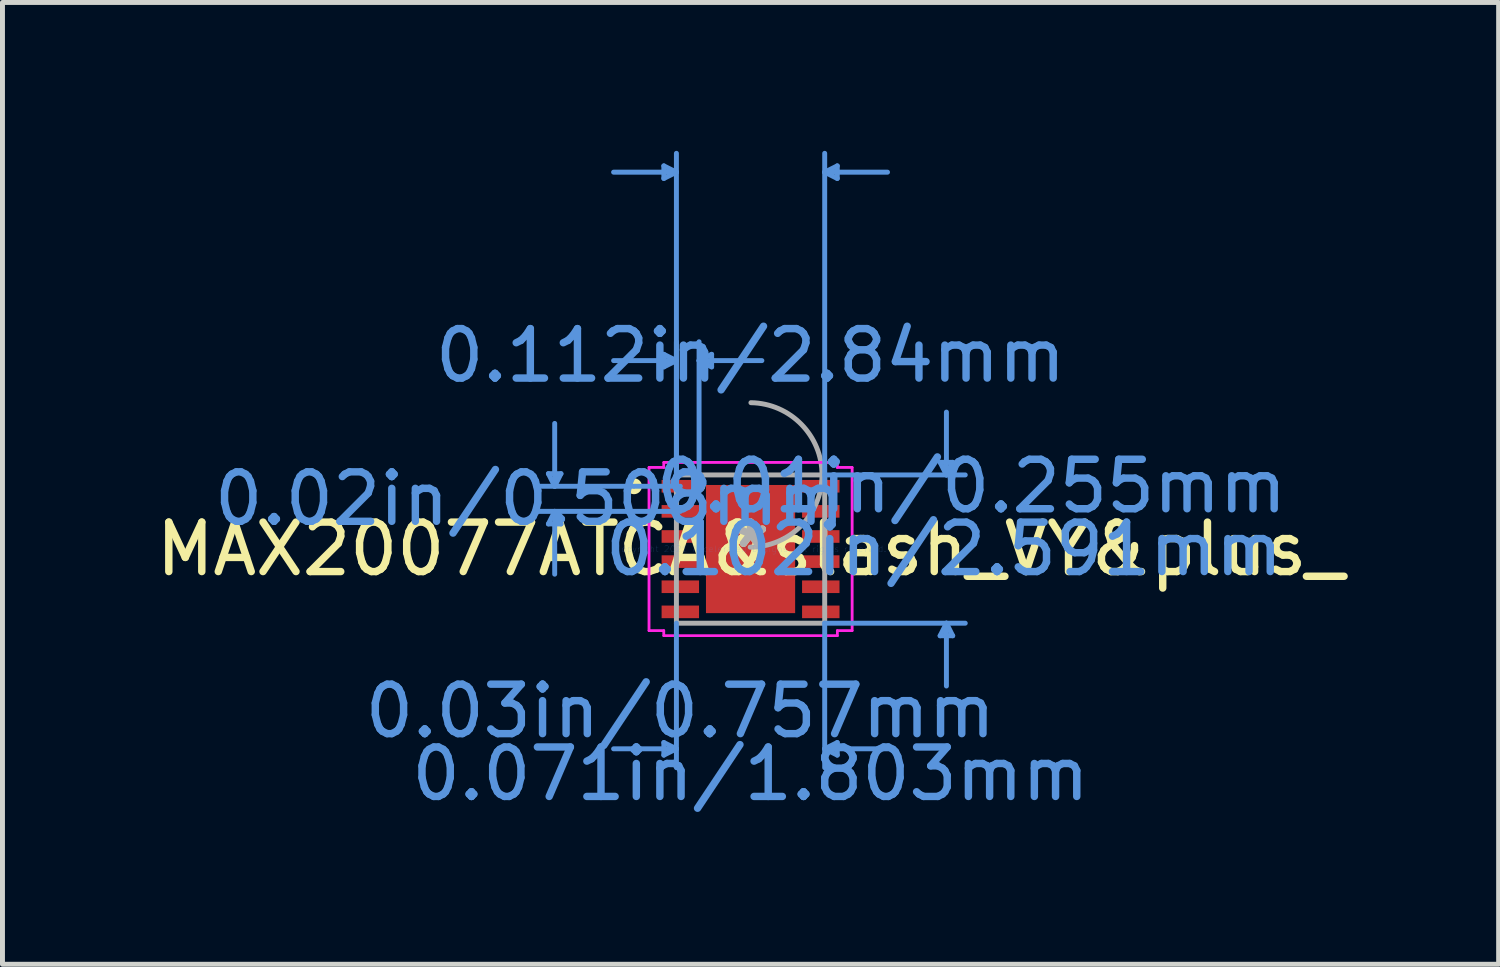
<source format=kicad_pcb>
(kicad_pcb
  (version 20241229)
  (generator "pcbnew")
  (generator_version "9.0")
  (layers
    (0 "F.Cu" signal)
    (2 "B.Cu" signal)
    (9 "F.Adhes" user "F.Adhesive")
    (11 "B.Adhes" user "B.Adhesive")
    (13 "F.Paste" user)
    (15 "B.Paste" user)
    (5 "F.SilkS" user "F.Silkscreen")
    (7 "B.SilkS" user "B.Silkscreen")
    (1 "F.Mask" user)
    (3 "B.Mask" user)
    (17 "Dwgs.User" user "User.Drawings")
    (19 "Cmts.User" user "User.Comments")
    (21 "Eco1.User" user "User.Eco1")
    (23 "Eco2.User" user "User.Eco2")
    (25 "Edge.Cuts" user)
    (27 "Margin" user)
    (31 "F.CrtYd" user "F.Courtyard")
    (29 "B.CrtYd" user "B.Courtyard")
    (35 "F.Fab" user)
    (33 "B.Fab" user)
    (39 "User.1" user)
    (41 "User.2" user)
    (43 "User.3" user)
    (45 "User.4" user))
  (footprint "MAX20077ATCA&slash_VY&plus_"
    (layer "F.Cu")
    (at 12.125 8.051)
    (property "Reference" "MAX20077ATCA&slash_VY&plus_" (at 0 0 0) (layer "F.SilkS") (effects (font (size 1 1) (thickness 0.15))))
    (attr through_hole)
    (fp_circle (center -2.357 -1.27) (end -2.256 -1.27) (stroke (width 0.12) (type solid)) (fill no) (layer "F.SilkS"))
    (fp_poly (pts (xy -0.802 -1.195) (xy -0.802 -0.1) (xy 0.802 -0.1) (xy 0.802 -1.195)) (stroke (width 0.1) (type solid)) (fill yes) (layer "F.Paste"))
    (fp_poly (pts (xy -0.802 0.1) (xy -0.802 1.195) (xy 0.802 1.195) (xy 0.802 0.1)) (stroke (width 0.1) (type solid)) (fill yes) (layer "F.Paste"))
    (fp_line (start -4.087 -1.524) (end -3.833 -1.524) (stroke (width 0.1) (type solid)) (layer "Cmts.User"))
    (fp_line (start -4.087 -0.508) (end -3.833 -0.508) (stroke (width 0.1) (type solid)) (layer "Cmts.User"))
    (fp_line (start -3.96 -1.27) (end -4.087 -1.524) (stroke (width 0.1) (type solid)) (layer "Cmts.User"))
    (fp_line (start -3.96 -1.27) (end -3.96 -2.54) (stroke (width 0.1) (type solid)) (layer "Cmts.User"))
    (fp_line (start -3.96 -1.27) (end -3.833 -1.524) (stroke (width 0.1) (type solid)) (layer "Cmts.User"))
    (fp_line (start -3.96 -0.762) (end -4.087 -0.508) (stroke (width 0.1) (type solid)) (layer "Cmts.User"))
    (fp_line (start -3.96 -0.762) (end -3.96 0.508) (stroke (width 0.1) (type solid)) (layer "Cmts.User"))
    (fp_line (start -3.96 -0.762) (end -3.833 -0.508) (stroke (width 0.1) (type solid)) (layer "Cmts.User"))
    (fp_line (start -1.753 -7.747) (end -1.753 -7.493) (stroke (width 0.1) (type solid)) (layer "Cmts.User"))
    (fp_line (start -1.753 -3.937) (end -1.753 -3.683) (stroke (width 0.1) (type solid)) (layer "Cmts.User"))
    (fp_line (start -1.753 3.912) (end -1.753 4.166) (stroke (width 0.1) (type solid)) (layer "Cmts.User"))
    (fp_line (start -1.499 -7.62) (end -2.769 -7.62) (stroke (width 0.1) (type solid)) (layer "Cmts.User"))
    (fp_line (start -1.499 -7.62) (end -1.753 -7.747) (stroke (width 0.1) (type solid)) (layer "Cmts.User"))
    (fp_line (start -1.499 -7.62) (end -1.753 -7.493) (stroke (width 0.1) (type solid)) (layer "Cmts.User"))
    (fp_line (start -1.499 -3.81) (end -2.769 -3.81) (stroke (width 0.1) (type solid)) (layer "Cmts.User"))
    (fp_line (start -1.499 -3.81) (end -1.753 -3.937) (stroke (width 0.1) (type solid)) (layer "Cmts.User"))
    (fp_line (start -1.499 -3.81) (end -1.753 -3.683) (stroke (width 0.1) (type solid)) (layer "Cmts.User"))
    (fp_line (start -1.499 -1.27) (end -1.499 -8.001) (stroke (width 0.1) (type solid)) (layer "Cmts.User"))
    (fp_line (start -1.499 -1.27) (end -1.499 -4.191) (stroke (width 0.1) (type solid)) (layer "Cmts.User"))
    (fp_line (start -1.499 1.499) (end -1.499 4.42) (stroke (width 0.1) (type solid)) (layer "Cmts.User"))
    (fp_line (start -1.499 4.039) (end -2.769 4.039) (stroke (width 0.1) (type solid)) (layer "Cmts.User"))
    (fp_line (start -1.499 4.039) (end -1.753 3.912) (stroke (width 0.1) (type solid)) (layer "Cmts.User"))
    (fp_line (start -1.499 4.039) (end -1.753 4.166) (stroke (width 0.1) (type solid)) (layer "Cmts.User"))
    (fp_line (start -1.42 -1.27) (end -4.341 -1.27) (stroke (width 0.1) (type solid)) (layer "Cmts.User"))
    (fp_line (start -1.42 -0.762) (end -4.341 -0.762) (stroke (width 0.1) (type solid)) (layer "Cmts.User"))
    (fp_line (start -1.041 -3.81) (end -0.787 -3.937) (stroke (width 0.1) (type solid)) (layer "Cmts.User"))
    (fp_line (start -1.041 -3.81) (end -0.787 -3.683) (stroke (width 0.1) (type solid)) (layer "Cmts.User"))
    (fp_line (start -1.041 -3.81) (end 0.229 -3.81) (stroke (width 0.1) (type solid)) (layer "Cmts.User"))
    (fp_line (start -1.041 -1.27) (end -1.041 -4.191) (stroke (width 0.1) (type solid)) (layer "Cmts.User"))
    (fp_line (start -0.787 -3.937) (end -0.787 -3.683) (stroke (width 0.1) (type solid)) (layer "Cmts.User"))
    (fp_line (start 1.499 -7.62) (end 1.753 -7.747) (stroke (width 0.1) (type solid)) (layer "Cmts.User"))
    (fp_line (start 1.499 -7.62) (end 1.753 -7.493) (stroke (width 0.1) (type solid)) (layer "Cmts.User"))
    (fp_line (start 1.499 -7.62) (end 2.769 -7.62) (stroke (width 0.1) (type solid)) (layer "Cmts.User"))
    (fp_line (start 1.499 -1.499) (end 4.341 -1.499) (stroke (width 0.1) (type solid)) (layer "Cmts.User"))
    (fp_line (start 1.499 -1.27) (end 1.499 -8.001) (stroke (width 0.1) (type solid)) (layer "Cmts.User"))
    (fp_line (start 1.499 1.499) (end 1.499 4.42) (stroke (width 0.1) (type solid)) (layer "Cmts.User"))
    (fp_line (start 1.499 1.499) (end 4.341 1.499) (stroke (width 0.1) (type solid)) (layer "Cmts.User"))
    (fp_line (start 1.499 4.039) (end 1.753 3.912) (stroke (width 0.1) (type solid)) (layer "Cmts.User"))
    (fp_line (start 1.499 4.039) (end 1.753 4.166) (stroke (width 0.1) (type solid)) (layer "Cmts.User"))
    (fp_line (start 1.499 4.039) (end 2.769 4.039) (stroke (width 0.1) (type solid)) (layer "Cmts.User"))
    (fp_line (start 1.753 -7.747) (end 1.753 -7.493) (stroke (width 0.1) (type solid)) (layer "Cmts.User"))
    (fp_line (start 1.753 3.912) (end 1.753 4.166) (stroke (width 0.1) (type solid)) (layer "Cmts.User"))
    (fp_line (start 3.833 -1.753) (end 4.087 -1.753) (stroke (width 0.1) (type solid)) (layer "Cmts.User"))
    (fp_line (start 3.833 1.753) (end 4.087 1.753) (stroke (width 0.1) (type solid)) (layer "Cmts.User"))
    (fp_line (start 3.96 -1.499) (end 3.833 -1.753) (stroke (width 0.1) (type solid)) (layer "Cmts.User"))
    (fp_line (start 3.96 -1.499) (end 3.96 -2.769) (stroke (width 0.1) (type solid)) (layer "Cmts.User"))
    (fp_line (start 3.96 -1.499) (end 4.087 -1.753) (stroke (width 0.1) (type solid)) (layer "Cmts.User"))
    (fp_line (start 3.96 1.499) (end 3.833 1.753) (stroke (width 0.1) (type solid)) (layer "Cmts.User"))
    (fp_line (start 3.96 1.499) (end 3.96 2.769) (stroke (width 0.1) (type solid)) (layer "Cmts.User"))
    (fp_line (start 3.96 1.499) (end 4.087 1.753) (stroke (width 0.1) (type solid)) (layer "Cmts.User"))
    (fp_line (start -2.053 -1.651) (end -1.753 -1.651) (stroke (width 0.05) (type solid)) (layer "F.CrtYd"))
    (fp_line (start -2.053 -1.651) (end -1.753 -1.651) (stroke (width 0.05) (type solid)) (layer "F.CrtYd"))
    (fp_line (start -2.053 1.651) (end -2.053 -1.651) (stroke (width 0.05) (type solid)) (layer "F.CrtYd"))
    (fp_line (start -2.053 1.651) (end -2.053 -1.651) (stroke (width 0.05) (type solid)) (layer "F.CrtYd"))
    (fp_line (start -2.053 1.651) (end -1.753 1.651) (stroke (width 0.05) (type solid)) (layer "F.CrtYd"))
    (fp_line (start -1.753 -1.753) (end 1.753 -1.753) (stroke (width 0.05) (type solid)) (layer "F.CrtYd"))
    (fp_line (start -1.753 -1.753) (end 1.753 -1.753) (stroke (width 0.05) (type solid)) (layer "F.CrtYd"))
    (fp_line (start -1.753 -1.651) (end -1.753 -1.753) (stroke (width 0.05) (type solid)) (layer "F.CrtYd"))
    (fp_line (start -1.753 -1.651) (end -1.753 -1.753) (stroke (width 0.05) (type solid)) (layer "F.CrtYd"))
    (fp_line (start -1.753 1.651) (end -2.053 1.651) (stroke (width 0.05) (type solid)) (layer "F.CrtYd"))
    (fp_line (start -1.753 1.753) (end -1.753 1.651) (stroke (width 0.05) (type solid)) (layer "F.CrtYd"))
    (fp_line (start -1.753 1.753) (end -1.753 1.651) (stroke (width 0.05) (type solid)) (layer "F.CrtYd"))
    (fp_line (start 1.753 -1.753) (end 1.753 -1.651) (stroke (width 0.05) (type solid)) (layer "F.CrtYd"))
    (fp_line (start 1.753 -1.753) (end 1.753 -1.651) (stroke (width 0.05) (type solid)) (layer "F.CrtYd"))
    (fp_line (start 1.753 -1.651) (end 2.053 -1.651) (stroke (width 0.05) (type solid)) (layer "F.CrtYd"))
    (fp_line (start 1.753 1.651) (end 1.753 1.753) (stroke (width 0.05) (type solid)) (layer "F.CrtYd"))
    (fp_line (start 1.753 1.651) (end 1.753 1.753) (stroke (width 0.05) (type solid)) (layer "F.CrtYd"))
    (fp_line (start 1.753 1.753) (end -1.753 1.753) (stroke (width 0.05) (type solid)) (layer "F.CrtYd"))
    (fp_line (start 1.753 1.753) (end -1.753 1.753) (stroke (width 0.05) (type solid)) (layer "F.CrtYd"))
    (fp_line (start 2.053 -1.651) (end 1.753 -1.651) (stroke (width 0.05) (type solid)) (layer "F.CrtYd"))
    (fp_line (start 2.053 -1.651) (end 2.053 1.651) (stroke (width 0.05) (type solid)) (layer "F.CrtYd"))
    (fp_line (start 2.053 -1.651) (end 2.053 1.651) (stroke (width 0.05) (type solid)) (layer "F.CrtYd"))
    (fp_line (start 2.053 1.651) (end 1.753 1.651) (stroke (width 0.05) (type solid)) (layer "F.CrtYd"))
    (fp_line (start 2.053 1.651) (end 1.753 1.651) (stroke (width 0.05) (type solid)) (layer "F.CrtYd"))
    (fp_line (start -1.499 -1.499) (end -1.499 1.499) (stroke (width 0.1) (type solid)) (layer "F.Fab"))
    (fp_line (start -1.499 1.499) (end 1.499 1.499) (stroke (width 0.1) (type solid)) (layer "F.Fab"))
    (fp_line (start 1.499 -1.499) (end -1.499 -1.499) (stroke (width 0.1) (type solid)) (layer "F.Fab"))
    (fp_line (start 1.499 1.499) (end 1.499 -1.499) (stroke (width 0.1) (type solid)) (layer "F.Fab"))
    (fp_arc (start 0.007742 -2.959136) (mid 1.460536 -1.490858) (end -0.007742 -0.038064) (stroke (width 0.1) (type solid)) (layer "F.Fab"))
    (fp_circle (center -1.041 -1.27) (end -0.965 -1.27) (stroke (width 0.1) (type solid)) (fill no) (layer "F.Fab"))
    (fp_text user "*" (at 0 0 0) (layer "F.SilkS") (effects (font (size 1 1) (thickness 0.15))))
    (fp_text user "0.112in/2.84mm" (at 0 -3.912 0) (layer "Cmts.User") (effects (font (size 1 1) (thickness 0.15))))
    (fp_text user "0.02in/0.508mm" (at -4.468 -1.016 0) (layer "Cmts.User") (effects (font (size 1 1) (thickness 0.15))))
    (fp_text user "0.071in/1.803mm" (at 0 4.547 0) (layer "Cmts.User") (effects (font (size 1 1) (thickness 0.15))))
    (fp_text user "0.01in/0.255mm" (at 4.468 -1.27 0) (layer "Cmts.User") (effects (font (size 1 1) (thickness 0.15))))
    (fp_text user "0.03in/0.757mm" (at -1.42 3.277 0) (layer "Cmts.User") (effects (font (size 1 1) (thickness 0.15))))
    (fp_text user "0.102in/2.591mm" (at 3.912 0 0) (layer "Cmts.User") (effects (font (size 1 1) (thickness 0.15))))
    (fp_text user "Copyright 2021 Accelerated Designs. All rights reserved." (at 0 0 0) (layer "Cmts.User") (effects (font (size 0.127 0.127) (thickness 0.002))))
    (fp_text user "*" (at 0 0 0) (layer "F.Fab") (effects (font (size 1 1) (thickness 0.15))))
    (pad "1" smd rect (at -1.42 -1.27) (size 0.757 0.255) (layers "F.Cu" "F.Mask" "F.Paste"))
    (pad "2" smd rect (at -1.42 -0.762) (size 0.757 0.255) (layers "F.Cu" "F.Mask" "F.Paste"))
    (pad "3" smd rect (at -1.42 -0.254) (size 0.757 0.255) (layers "F.Cu" "F.Mask" "F.Paste"))
    (pad "4" smd rect (at -1.42 0.254) (size 0.757 0.255) (layers "F.Cu" "F.Mask" "F.Paste"))
    (pad "5" smd rect (at -1.42 0.762) (size 0.757 0.255) (layers "F.Cu" "F.Mask" "F.Paste"))
    (pad "6" smd rect (at -1.42 1.27) (size 0.757 0.255) (layers "F.Cu" "F.Mask" "F.Paste"))
    (pad "7" smd rect (at 1.42 1.27) (size 0.757 0.255) (layers "F.Cu" "F.Mask" "F.Paste"))
    (pad "8" smd rect (at 1.42 0.762) (size 0.757 0.255) (layers "F.Cu" "F.Mask" "F.Paste"))
    (pad "9" smd rect (at 1.42 0.254) (size 0.757 0.255) (layers "F.Cu" "F.Mask" "F.Paste"))
    (pad "10" smd rect (at 1.42 -0.254) (size 0.757 0.255) (layers "F.Cu" "F.Mask" "F.Paste"))
    (pad "11" smd rect (at 1.42 -0.762) (size 0.757 0.255) (layers "F.Cu" "F.Mask" "F.Paste"))
    (pad "12" smd rect (at 1.42 -1.27) (size 0.757 0.255) (layers "F.Cu" "F.Mask" "F.Paste"))
    (pad "13" smd rect (at 0 0) (size 1.803 2.591) (layers "F.Cu" "F.Mask" "F.Paste")))
  (gr_rect
    (start -3 -3)
    (end 27.25 16.446)
    (stroke (width 0.1) (type default))
    (fill no)
    (layer "Edge.Cuts")))
</source>
